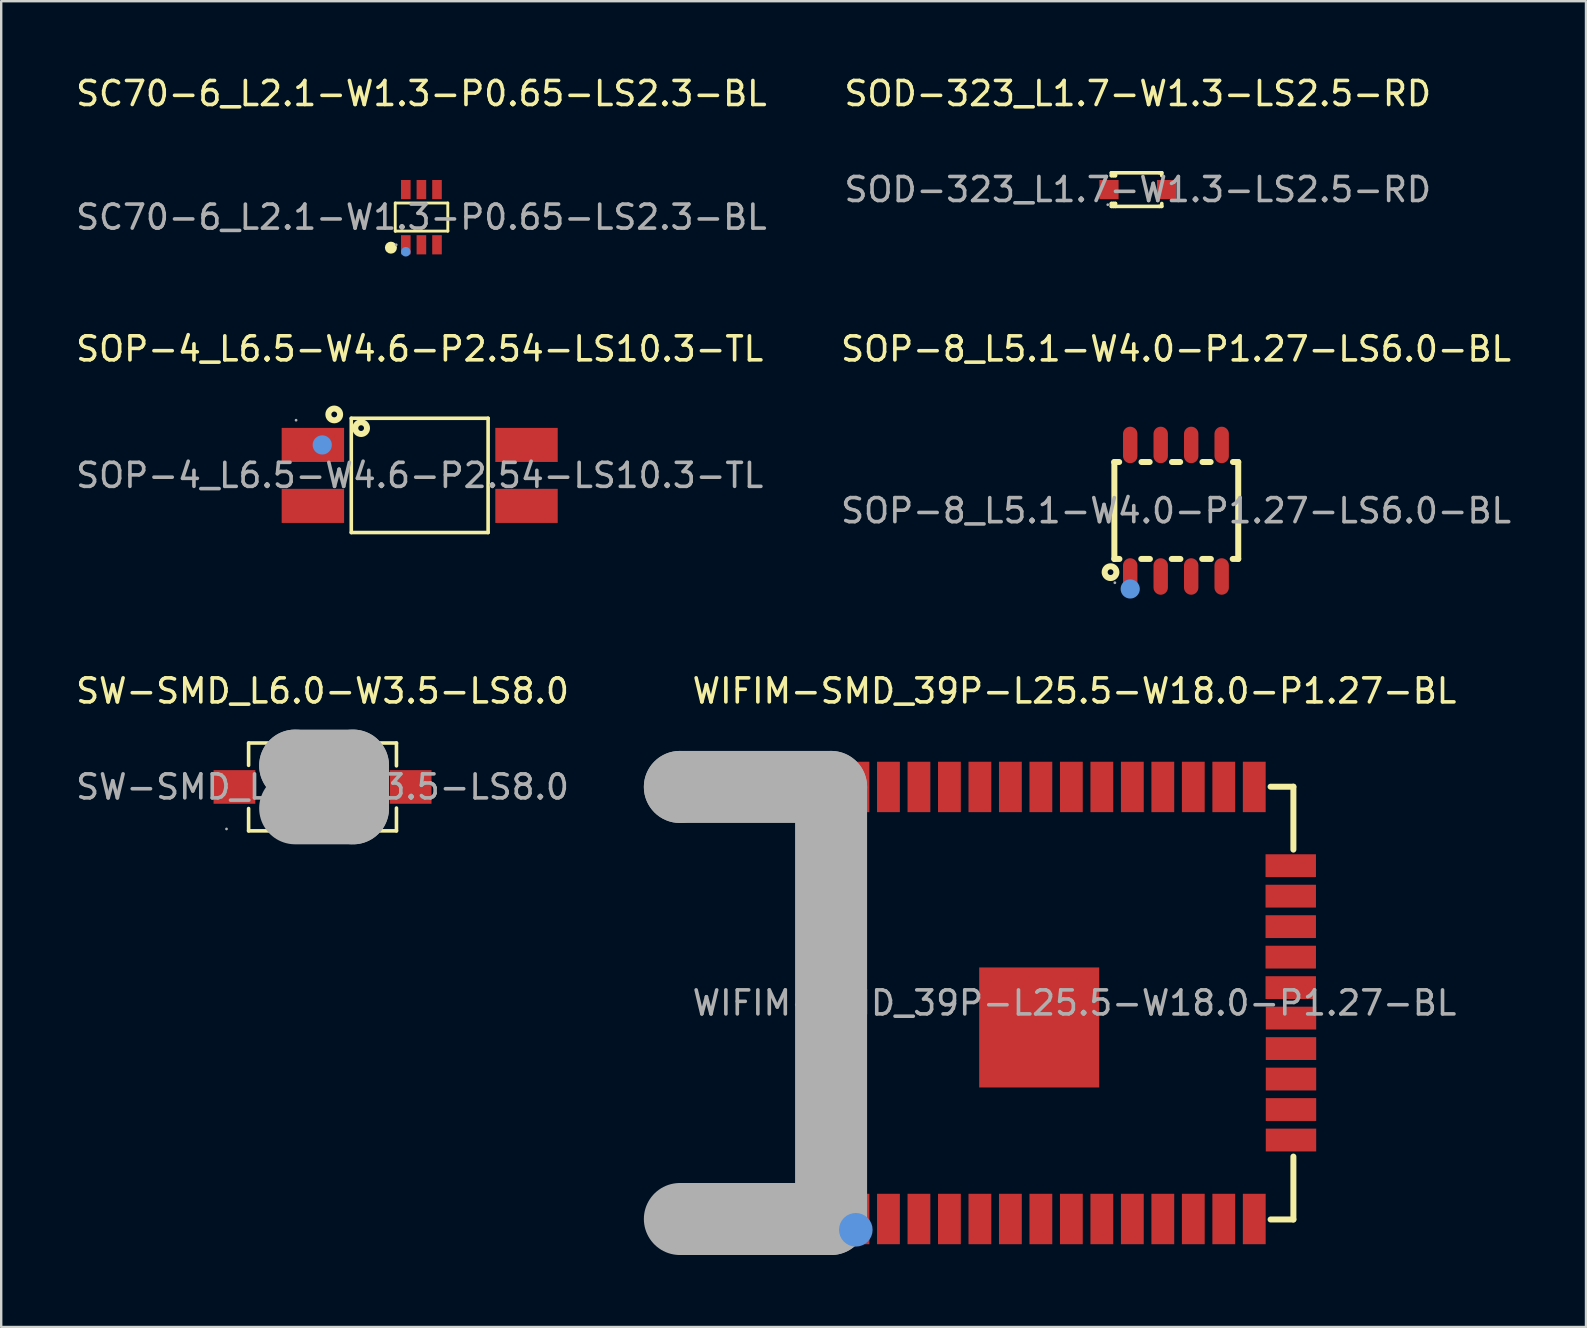
<source format=kicad_pcb>
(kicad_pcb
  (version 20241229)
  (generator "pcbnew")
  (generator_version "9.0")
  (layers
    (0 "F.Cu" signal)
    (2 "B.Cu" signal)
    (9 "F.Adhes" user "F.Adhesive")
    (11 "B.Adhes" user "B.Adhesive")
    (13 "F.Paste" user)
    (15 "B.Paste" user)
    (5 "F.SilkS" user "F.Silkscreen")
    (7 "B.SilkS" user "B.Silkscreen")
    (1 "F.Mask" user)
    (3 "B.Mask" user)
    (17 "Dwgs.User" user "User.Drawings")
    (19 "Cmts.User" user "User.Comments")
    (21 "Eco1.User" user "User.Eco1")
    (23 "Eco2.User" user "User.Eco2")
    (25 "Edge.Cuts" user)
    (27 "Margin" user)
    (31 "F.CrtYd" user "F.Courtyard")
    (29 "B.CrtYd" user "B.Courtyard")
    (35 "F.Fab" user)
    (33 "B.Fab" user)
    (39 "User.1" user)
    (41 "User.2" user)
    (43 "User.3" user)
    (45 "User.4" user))
  (footprint "WIFIM-SMD_39P-L25.5-W18.0-P1.27-BL"
    (layer "F.Cu")
    (at 41.714 38.735)
    (property "Reference" "WIFIM-SMD_39P-L25.5-W18.0-P1.27-BL" (at 0 -13 0) (layer "F.SilkS") (effects (font (size 1 1) (thickness 0.15))))
    (attr smd)
    (fp_line (start -10.16 -9.01) (end -10.16 9.02) (stroke (width 0.25) (type solid)) (layer "F.SilkS"))
    (fp_line (start -10.16 9.02) (end -9.7 9.02) (stroke (width 0.25) (type solid)) (layer "F.SilkS"))
    (fp_line (start -9.7 -9.01) (end -10.16 -9.01) (stroke (width 0.25) (type solid)) (layer "F.SilkS"))
    (fp_line (start 8.17 9.02) (end 9.12 9.02) (stroke (width 0.25) (type solid)) (layer "F.SilkS"))
    (fp_line (start 9.12 -9.01) (end 8.17 -9.01) (stroke (width 0.25) (type solid)) (layer "F.SilkS"))
    (fp_line (start 9.12 -6.39) (end 9.12 -9.01) (stroke (width 0.25) (type solid)) (layer "F.SilkS"))
    (fp_line (start 9.12 9.02) (end 9.12 6.4) (stroke (width 0.25) (type solid)) (layer "F.SilkS"))
    (fp_circle (center -9.11 9.45) (end -8.76 9.45) (stroke (width 0.7) (type solid)) (fill no) (layer "Cmts.User"))
    (fp_line (start -16.44 -9) (end -16.44 -9) (stroke (width 3) (type solid)) (layer "F.Fab"))
    (fp_line (start -16.44 -9) (end -10.14 -9) (stroke (width 3) (type solid)) (layer "F.Fab"))
    (fp_line (start -10.14 -9) (end -10.14 9) (stroke (width 3) (type solid)) (layer "F.Fab"))
    (fp_line (start -10.14 9) (end -16.44 9) (stroke (width 3) (type solid)) (layer "F.Fab"))
    (fp_circle (center -16.5 9) (end -16.47 9) (stroke (width 0.06) (type solid)) (fill no) (layer "F.Fab"))
    (fp_text user "${REFERENCE}" (at 0 0 0) (layer "F.Fab") (effects (font (size 1 1) (thickness 0.15))))
    (pad "1" smd rect (at -9.02 9) (size 0.95 2.1) (layers "F.Cu" "F.Mask" "F.Paste"))
    (pad "2" smd rect (at -7.75 9) (size 0.95 2.1) (layers "F.Cu" "F.Mask" "F.Paste"))
    (pad "3" smd rect (at -6.48 9) (size 0.95 2.1) (layers "F.Cu" "F.Mask" "F.Paste"))
    (pad "4" smd rect (at -5.21 9) (size 0.95 2.1) (layers "F.Cu" "F.Mask" "F.Paste"))
    (pad "5" smd rect (at -3.94 9) (size 0.95 2.1) (layers "F.Cu" "F.Mask" "F.Paste"))
    (pad "6" smd rect (at -2.67 9) (size 0.95 2.1) (layers "F.Cu" "F.Mask" "F.Paste"))
    (pad "7" smd rect (at -1.4 9) (size 0.95 2.1) (layers "F.Cu" "F.Mask" "F.Paste"))
    (pad "8" smd rect (at -0.13 9) (size 0.95 2.1) (layers "F.Cu" "F.Mask" "F.Paste"))
    (pad "9" smd rect (at 1.14 9) (size 0.95 2.1) (layers "F.Cu" "F.Mask" "F.Paste"))
    (pad "10" smd rect (at 2.41 9) (size 0.95 2.1) (layers "F.Cu" "F.Mask" "F.Paste"))
    (pad "11" smd rect (at 3.68 9) (size 0.95 2.1) (layers "F.Cu" "F.Mask" "F.Paste"))
    (pad "12" smd rect (at 4.95 9) (size 0.95 2.1) (layers "F.Cu" "F.Mask" "F.Paste"))
    (pad "13" smd rect (at 6.22 9) (size 0.95 2.1) (layers "F.Cu" "F.Mask" "F.Paste"))
    (pad "14" smd rect (at 7.49 9) (size 0.95 2.1) (layers "F.Cu" "F.Mask" "F.Paste"))
    (pad "15" smd rect (at 9.02 5.71) (size 2.1 0.95) (layers "F.Cu" "F.Mask" "F.Paste"))
    (pad "16" smd rect (at 9.02 4.44) (size 2.1 0.95) (layers "F.Cu" "F.Mask" "F.Paste"))
    (pad "17" smd rect (at 9.02 3.17) (size 2.1 0.95) (layers "F.Cu" "F.Mask" "F.Paste"))
    (pad "18" smd rect (at 9.02 1.9) (size 2.1 0.95) (layers "F.Cu" "F.Mask" "F.Paste"))
    (pad "19" smd rect (at 9.02 0.63) (size 2.1 0.95) (layers "F.Cu" "F.Mask" "F.Paste"))
    (pad "20" smd rect (at 9.01 -0.64) (size 2.1 0.95) (layers "F.Cu" "F.Mask" "F.Paste"))
    (pad "21" smd rect (at 9.01 -1.91) (size 2.1 0.95) (layers "F.Cu" "F.Mask" "F.Paste"))
    (pad "22" smd rect (at 9.01 -3.18) (size 2.1 0.95) (layers "F.Cu" "F.Mask" "F.Paste"))
    (pad "23" smd rect (at 9.01 -4.45) (size 2.1 0.95) (layers "F.Cu" "F.Mask" "F.Paste"))
    (pad "24" smd rect (at 9.01 -5.72) (size 2.1 0.95) (layers "F.Cu" "F.Mask" "F.Paste"))
    (pad "25" smd rect (at 7.49 -9) (size 0.95 2.1) (layers "F.Cu" "F.Mask" "F.Paste"))
    (pad "26" smd rect (at 6.22 -9) (size 0.95 2.1) (layers "F.Cu" "F.Mask" "F.Paste"))
    (pad "27" smd rect (at 4.95 -9) (size 0.95 2.1) (layers "F.Cu" "F.Mask" "F.Paste"))
    (pad "28" smd rect (at 3.68 -9) (size 0.95 2.1) (layers "F.Cu" "F.Mask" "F.Paste"))
    (pad "29" smd rect (at 2.41 -9) (size 0.95 2.1) (layers "F.Cu" "F.Mask" "F.Paste"))
    (pad "30" smd rect (at 1.14 -9) (size 0.95 2.1) (layers "F.Cu" "F.Mask" "F.Paste"))
    (pad "31" smd rect (at -0.13 -9) (size 0.95 2.1) (layers "F.Cu" "F.Mask" "F.Paste"))
    (pad "32" smd rect (at -1.4 -9) (size 0.95 2.1) (layers "F.Cu" "F.Mask" "F.Paste"))
    (pad "33" smd rect (at -2.67 -9) (size 0.95 2.1) (layers "F.Cu" "F.Mask" "F.Paste"))
    (pad "34" smd rect (at -3.94 -9) (size 0.95 2.1) (layers "F.Cu" "F.Mask" "F.Paste"))
    (pad "35" smd rect (at -5.21 -9) (size 0.95 2.1) (layers "F.Cu" "F.Mask" "F.Paste"))
    (pad "36" smd rect (at -6.48 -9) (size 0.95 2.1) (layers "F.Cu" "F.Mask" "F.Paste"))
    (pad "37" smd rect (at -7.75 -9) (size 0.95 2.1) (layers "F.Cu" "F.Mask" "F.Paste"))
    (pad "38" smd rect (at -9.02 -9) (size 0.95 2.1) (layers "F.Cu" "F.Mask" "F.Paste"))
    (pad "39" smd rect (at -1.47 1.02 90) (size 5 5) (layers "F.Cu" "F.Mask" "F.Paste")))
  (footprint "SW-SMD_L6.0-W3.5-LS8.0"
    (layer "F.Cu")
    (at 10.387 29.735)
    (property "Reference" "SW-SMD_L6.0-W3.5-LS8.0" (at 0 -4 0) (layer "F.SilkS") (effects (font (size 1 1) (thickness 0.15))))
    (attr smd)
    (fp_line (start -3.08 -1.83) (end -3.08 -0.9) (stroke (width 0.15) (type solid)) (layer "F.SilkS"))
    (fp_line (start -3.08 1.83) (end -3.08 0.9) (stroke (width 0.15) (type solid)) (layer "F.SilkS"))
    (fp_line (start 3.08 -1.83) (end -3.08 -1.83) (stroke (width 0.15) (type solid)) (layer "F.SilkS"))
    (fp_line (start 3.08 -1.83) (end 3.08 -0.88) (stroke (width 0.15) (type solid)) (layer "F.SilkS"))
    (fp_line (start 3.08 0.88) (end 3.08 1.83) (stroke (width 0.15) (type solid)) (layer "F.SilkS"))
    (fp_line (start 3.08 1.83) (end -3.08 1.83) (stroke (width 0.15) (type solid)) (layer "F.SilkS"))
    (fp_line (start -1.14 -0.89) (end -1.14 -0.89) (stroke (width 3) (type solid)) (layer "F.Fab"))
    (fp_line (start -1.14 -0.89) (end 1.27 -0.89) (stroke (width 3) (type solid)) (layer "F.Fab"))
    (fp_line (start 1.27 -0.89) (end 1.27 0.89) (stroke (width 3) (type solid)) (layer "F.Fab"))
    (fp_line (start 1.27 0.89) (end -1.14 0.89) (stroke (width 3) (type solid)) (layer "F.Fab"))
    (fp_circle (center -4 1.75) (end -3.97 1.75) (stroke (width 0.06) (type solid)) (fill no) (layer "F.Fab"))
    (fp_text user "${REFERENCE}" (at 0 0 0) (layer "F.Fab") (effects (font (size 1 1) (thickness 0.15))))
    (pad "1" smd rect (at -3.67 0) (size 1.74 1.4) (layers "F.Cu" "F.Mask" "F.Paste"))
    (pad "2" smd rect (at 3.67 0) (size 1.74 1.4) (layers "F.Cu" "F.Mask" "F.Paste")))
  (footprint "SOP-8_L5.1-W4.0-P1.27-LS6.0-BL"
    (layer "F.Cu")
    (at 45.946 18.227)
    (property "Reference" "SOP-8_L5.1-W4.0-P1.27-LS6.0-BL" (at 0 -6.74 0) (layer "F.SilkS") (effects (font (size 1 1) (thickness 0.15))))
    (attr smd)
    (fp_line (start -2.57 -2.02) (end -2.57 2.01) (stroke (width 0.25) (type solid)) (layer "F.SilkS"))
    (fp_line (start -2.57 2.01) (end -2.36 2.01) (stroke (width 0.25) (type solid)) (layer "F.SilkS"))
    (fp_line (start -2.37 -2.03) (end -2.58 -2.03) (stroke (width 0.25) (type solid)) (layer "F.SilkS"))
    (fp_line (start -1.45 2.01) (end -1.09 2.01) (stroke (width 0.25) (type solid)) (layer "F.SilkS"))
    (fp_line (start -1.1 -2.03) (end -1.44 -2.03) (stroke (width 0.25) (type solid)) (layer "F.SilkS"))
    (fp_line (start -0.18 2.01) (end 0.18 2.01) (stroke (width 0.25) (type solid)) (layer "F.SilkS"))
    (fp_line (start 0.17 -2.03) (end -0.17 -2.03) (stroke (width 0.25) (type solid)) (layer "F.SilkS"))
    (fp_line (start 1.09 2.01) (end 1.45 2.01) (stroke (width 0.25) (type solid)) (layer "F.SilkS"))
    (fp_line (start 1.44 -2.03) (end 1.1 -2.03) (stroke (width 0.25) (type solid)) (layer "F.SilkS"))
    (fp_line (start 2.36 2.01) (end 2.59 2.01) (stroke (width 0.25) (type solid)) (layer "F.SilkS"))
    (fp_line (start 2.59 -2.03) (end 2.37 -2.03) (stroke (width 0.25) (type solid)) (layer "F.SilkS"))
    (fp_line (start 2.59 2.01) (end 2.59 -2.03) (stroke (width 0.25) (type solid)) (layer "F.SilkS"))
    (fp_circle (center -2.73 2.56) (end -2.61 2.56) (stroke (width 0.25) (type solid)) (fill no) (layer "F.SilkS"))
    (fp_circle (center -1.91 3.26) (end -1.71 3.26) (stroke (width 0.4) (type solid)) (fill no) (layer "Cmts.User"))
    (fp_circle (center -2.55 3) (end -2.52 3) (stroke (width 0.06) (type solid)) (fill no) (layer "F.Fab"))
    (fp_text user "${REFERENCE}" (at 0 0 0) (layer "F.Fab") (effects (font (size 1 1) (thickness 0.15))))
    (pad "1" smd oval (at -1.91 2.74) (size 0.6 1.52) (layers "F.Cu" "F.Mask" "F.Paste"))
    (pad "2" smd oval (at -0.64 2.74) (size 0.6 1.52) (layers "F.Cu" "F.Mask" "F.Paste"))
    (pad "3" smd oval (at 0.63 2.74) (size 0.6 1.52) (layers "F.Cu" "F.Mask" "F.Paste"))
    (pad "4" smd oval (at 1.9 2.74) (size 0.6 1.52) (layers "F.Cu" "F.Mask" "F.Paste"))
    (pad "5" smd oval (at 1.9 -2.74) (size 0.6 1.52) (layers "F.Cu" "F.Mask" "F.Paste"))
    (pad "6" smd oval (at 0.63 -2.74) (size 0.6 1.52) (layers "F.Cu" "F.Mask" "F.Paste"))
    (pad "7" smd oval (at -0.64 -2.74) (size 0.6 1.52) (layers "F.Cu" "F.Mask" "F.Paste"))
    (pad "8" smd oval (at -1.91 -2.74) (size 0.6 1.52) (layers "F.Cu" "F.Mask" "F.Paste")))
  (footprint "SOD-323_L1.7-W1.3-LS2.5-RD"
    (layer "F.Cu")
    (at 44.351 4.848)
    (property "Reference" "SOD-323_L1.7-W1.3-LS2.5-RD" (at 0 -4 0) (layer "F.SilkS") (effects (font (size 1 1) (thickness 0.15))))
    (attr smd)
    (fp_line (start -1.1 -0.7) (end -1.1 -0.58) (stroke (width 0.15) (type solid)) (layer "F.SilkS"))
    (fp_line (start -1.1 0.58) (end -1.1 0.7) (stroke (width 0.15) (type solid)) (layer "F.SilkS"))
    (fp_line (start -1.1 0.58) (end -0.93 0.58) (stroke (width 0.15) (type solid)) (layer "F.SilkS"))
    (fp_line (start -1.1 0.7) (end 0.9 0.7) (stroke (width 0.15) (type solid)) (layer "F.SilkS"))
    (fp_line (start -1.01 -0.58) (end -1.01 -0.7) (stroke (width 0.15) (type solid)) (layer "F.SilkS"))
    (fp_line (start -1.01 0.7) (end -1.01 0.58) (stroke (width 0.15) (type solid)) (layer "F.SilkS"))
    (fp_line (start -0.93 -0.7) (end -0.93 -0.58) (stroke (width 0.15) (type solid)) (layer "F.SilkS"))
    (fp_line (start -0.93 -0.58) (end -1.1 -0.58) (stroke (width 0.15) (type solid)) (layer "F.SilkS"))
    (fp_line (start -0.93 0.58) (end -0.93 0.7) (stroke (width 0.15) (type solid)) (layer "F.SilkS"))
    (fp_line (start 0.9 -0.7) (end -1.1 -0.7) (stroke (width 0.15) (type solid)) (layer "F.SilkS"))
    (fp_line (start 0.9 0.7) (end 1 0.7) (stroke (width 0.15) (type solid)) (layer "F.SilkS"))
    (fp_line (start 1 -0.7) (end 0.9 -0.7) (stroke (width 0.15) (type solid)) (layer "F.SilkS"))
    (fp_line (start 1 -0.58) (end 1 -0.7) (stroke (width 0.15) (type solid)) (layer "F.SilkS"))
    (fp_line (start 1 0.7) (end 1 0.58) (stroke (width 0.15) (type solid)) (layer "F.SilkS"))
    (fp_circle (center -1.25 0.63) (end -1.22 0.63) (stroke (width 0.06) (type solid)) (fill no) (layer "F.Fab"))
    (fp_text user "${REFERENCE}" (at 0 0 0) (layer "F.Fab") (effects (font (size 1 1) (thickness 0.15))))
    (pad "1" smd rect (at -1.2 0) (size 0.8 0.8) (layers "F.Cu" "F.Mask" "F.Paste"))
    (pad "2" smd rect (at 1.2 0) (size 0.8 0.8) (layers "F.Cu" "F.Mask" "F.Paste")))
  (footprint "SC70-6_L2.1-W1.3-P0.65-LS2.3-BL"
    (layer "F.Cu")
    (at 14.506 5.998)
    (property "Reference" "SC70-6_L2.1-W1.3-P0.65-LS2.3-BL" (at 0 -5.15 0) (layer "F.SilkS") (effects (font (size 1 1) (thickness 0.15))))
    (attr smd)
    (fp_line (start -1.09 -0.59) (end 1.1 -0.59) (stroke (width 0.12) (type solid)) (layer "F.SilkS"))
    (fp_line (start -1.09 0.58) (end -1.09 -0.59) (stroke (width 0.12) (type solid)) (layer "F.SilkS"))
    (fp_line (start -1.08 0.58) (end -1.09 0.58) (stroke (width 0.12) (type solid)) (layer "F.SilkS"))
    (fp_line (start 1.1 -0.59) (end 1.1 0.57) (stroke (width 0.12) (type solid)) (layer "F.SilkS"))
    (fp_line (start 1.1 0.57) (end 1.1 0.58) (stroke (width 0.12) (type solid)) (layer "F.SilkS"))
    (fp_line (start 1.1 0.58) (end -1.08 0.58) (stroke (width 0.12) (type solid)) (layer "F.SilkS"))
    (fp_arc (start -1.27 1.27) (mid -1.27 1.27) (end -1.27 1.27) (stroke (width 0.25) (type solid)) (layer "F.SilkS"))
    (fp_circle (center -0.65 1.44) (end -0.55 1.44) (stroke (width 0.2) (type solid)) (fill no) (layer "Cmts.User"))
    (fp_circle (center -1.05 1.15) (end -1.02 1.15) (stroke (width 0.06) (type solid)) (fill no) (layer "F.Fab"))
    (fp_text user "${REFERENCE}" (at 0 0 0) (layer "F.Fab") (effects (font (size 1 1) (thickness 0.15))))
    (pad "1" smd rect (at -0.65 1.15) (size 0.4 0.8) (layers "F.Cu" "F.Mask" "F.Paste"))
    (pad "2" smd rect (at 0 1.15) (size 0.4 0.8) (layers "F.Cu" "F.Mask" "F.Paste"))
    (pad "3" smd rect (at 0.65 1.15) (size 0.4 0.8) (layers "F.Cu" "F.Mask" "F.Paste"))
    (pad "4" smd rect (at 0.65 -1.15) (size 0.4 0.8) (layers "F.Cu" "F.Mask" "F.Paste"))
    (pad "5" smd rect (at 0 -1.15 180) (size 0.4 0.8) (layers "F.Cu" "F.Mask" "F.Paste"))
    (pad "6" smd rect (at -0.65 -1.15) (size 0.4 0.8) (layers "F.Cu" "F.Mask" "F.Paste")))
  (footprint "SOP-4_L6.5-W4.6-P2.54-LS10.3-TL"
    (layer "F.Cu")
    (at 14.435 16.756)
    (property "Reference" "SOP-4_L6.5-W4.6-P2.54-LS10.3-TL" (at 0 -5.27 0) (layer "F.SilkS") (effects (font (size 1 1) (thickness 0.15))))
    (attr smd)
    (fp_line (start -2.85 -2.38) (end 2.85 -2.38) (stroke (width 0.15) (type solid)) (layer "F.SilkS"))
    (fp_line (start -2.85 2.38) (end -2.85 -2.38) (stroke (width 0.15) (type solid)) (layer "F.SilkS"))
    (fp_line (start 2.85 -2.38) (end 2.85 2.38) (stroke (width 0.15) (type solid)) (layer "F.SilkS"))
    (fp_line (start 2.85 2.38) (end -2.85 2.38) (stroke (width 0.15) (type solid)) (layer "F.SilkS"))
    (fp_circle (center -3.56 -2.54) (end -3.44 -2.54) (stroke (width 0.25) (type solid)) (fill no) (layer "F.SilkS"))
    (fp_circle (center -2.44 -1.97) (end -2.32 -1.97) (stroke (width 0.25) (type solid)) (fill no) (layer "F.SilkS"))
    (fp_circle (center -4.06 -1.27) (end -3.86 -1.27) (stroke (width 0.4) (type solid)) (fill no) (layer "Cmts.User"))
    (fp_circle (center -5.15 -2.3) (end -5.12 -2.3) (stroke (width 0.06) (type solid)) (fill no) (layer "F.Fab"))
    (fp_text user "${REFERENCE}" (at 0 0 0) (layer "F.Fab") (effects (font (size 1 1) (thickness 0.15))))
    (pad "1" smd rect (at -4.45 -1.27) (size 2.6 1.42) (layers "F.Cu" "F.Mask" "F.Paste"))
    (pad "2" smd rect (at -4.45 1.27) (size 2.6 1.42) (layers "F.Cu" "F.Mask" "F.Paste"))
    (pad "3" smd rect (at 4.45 1.27) (size 2.6 1.42) (layers "F.Cu" "F.Mask" "F.Paste"))
    (pad "4" smd rect (at 4.45 -1.27) (size 2.6 1.42) (layers "F.Cu" "F.Mask" "F.Paste")))
  (gr_rect
    (start -3 -3)
    (end 63.024 52.235)
    (stroke (width 0.1) (type default))
    (fill no)
    (layer "Edge.Cuts")))
</source>
